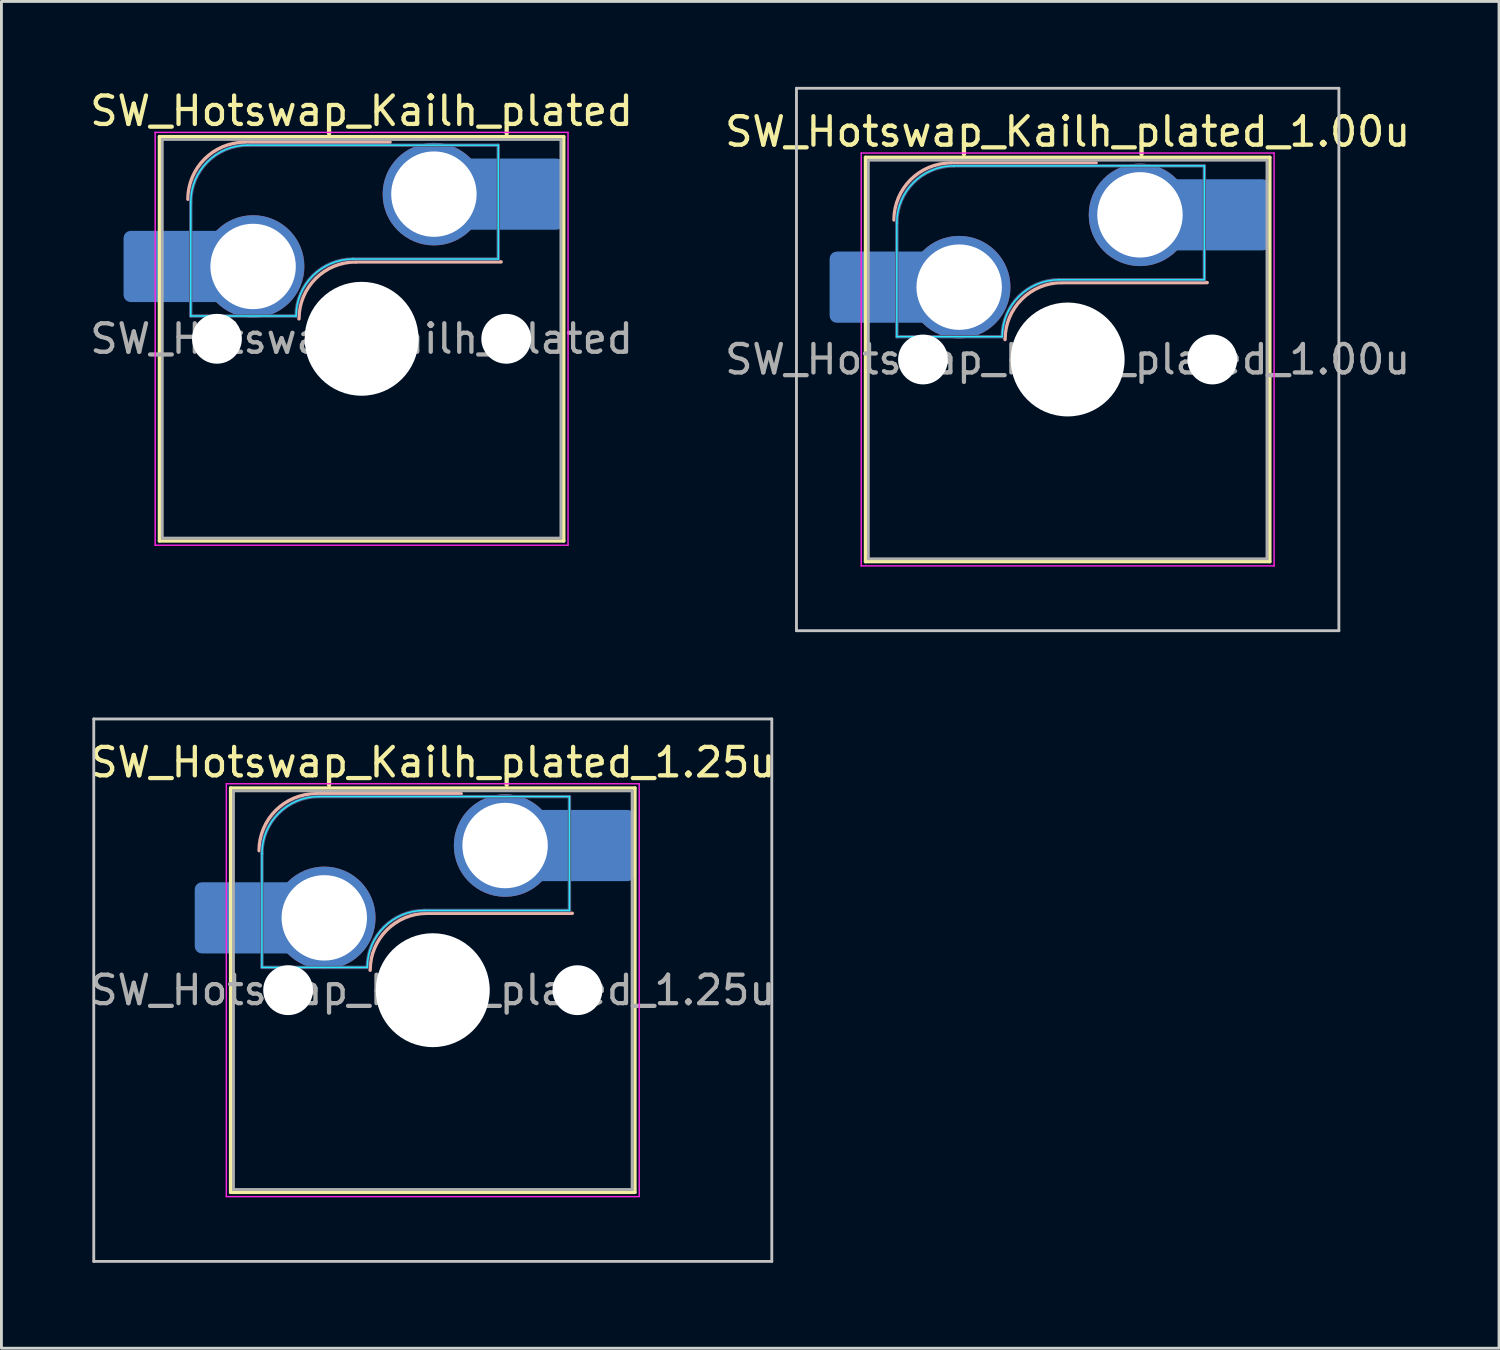
<source format=kicad_pcb>
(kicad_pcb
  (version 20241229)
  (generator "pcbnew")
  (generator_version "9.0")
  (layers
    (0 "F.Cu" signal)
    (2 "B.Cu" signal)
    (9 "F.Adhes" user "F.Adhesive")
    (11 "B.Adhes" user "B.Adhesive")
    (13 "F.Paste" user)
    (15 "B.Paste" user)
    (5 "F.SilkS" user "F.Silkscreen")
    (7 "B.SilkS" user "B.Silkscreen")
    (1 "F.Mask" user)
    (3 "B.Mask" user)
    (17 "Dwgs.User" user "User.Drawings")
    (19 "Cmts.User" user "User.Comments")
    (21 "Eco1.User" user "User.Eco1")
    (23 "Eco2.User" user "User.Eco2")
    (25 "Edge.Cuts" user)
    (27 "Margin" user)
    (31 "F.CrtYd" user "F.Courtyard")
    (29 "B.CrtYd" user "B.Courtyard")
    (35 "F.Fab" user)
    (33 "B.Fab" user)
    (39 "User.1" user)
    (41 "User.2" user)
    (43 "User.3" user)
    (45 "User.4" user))
  (footprint "SW_Hotswap_Kailh_plated"
    (layer "F.Cu")
    (at 9.649 8.848)
    (property "Reference" "SW_Hotswap_Kailh_plated" (at 0 -8 0) (layer "F.SilkS") (effects (font (size 1 1) (thickness 0.15))))
    (attr smd)
    (fp_line (start -7.1 -7.1) (end -7.1 7.1) (stroke (width 0.12) (type solid)) (layer "F.SilkS"))
    (fp_line (start -7.1 7.1) (end 7.1 7.1) (stroke (width 0.12) (type solid)) (layer "F.SilkS"))
    (fp_line (start 7.1 -7.1) (end -7.1 -7.1) (stroke (width 0.12) (type solid)) (layer "F.SilkS"))
    (fp_line (start 7.1 7.1) (end 7.1 -7.1) (stroke (width 0.12) (type solid)) (layer "F.SilkS"))
    (fp_line (start -4.1 -6.9) (end 1 -6.9) (stroke (width 0.12) (type solid)) (layer "B.SilkS"))
    (fp_line (start -0.2 -2.7) (end 4.9 -2.7) (stroke (width 0.12) (type solid)) (layer "B.SilkS"))
    (fp_arc (start -6.1 -4.9) (mid -5.514214 -6.314214) (end -4.1 -6.9) (stroke (width 0.12) (type solid)) (layer "B.SilkS"))
    (fp_arc (start -2.2 -0.7) (mid -1.614214 -2.114214) (end -0.2 -2.7) (stroke (width 0.12) (type solid)) (layer "B.SilkS"))
    (fp_line (start -7.8 -6) (end -7 -6) (stroke (width 0.1) (type solid)) (layer "Eco1.User"))
    (fp_line (start -7.8 -2.9) (end -7.8 -6) (stroke (width 0.1) (type solid)) (layer "Eco1.User"))
    (fp_line (start -7.8 2.9) (end -7 2.9) (stroke (width 0.1) (type solid)) (layer "Eco1.User"))
    (fp_line (start -7.8 6) (end -7.8 2.9) (stroke (width 0.1) (type solid)) (layer "Eco1.User"))
    (fp_line (start -7 -7) (end 7 -7) (stroke (width 0.1) (type solid)) (layer "Eco1.User"))
    (fp_line (start -7 -6) (end -7 -7) (stroke (width 0.1) (type solid)) (layer "Eco1.User"))
    (fp_line (start -7 -2.9) (end -7.8 -2.9) (stroke (width 0.1) (type solid)) (layer "Eco1.User"))
    (fp_line (start -7 2.9) (end -7 -2.9) (stroke (width 0.1) (type solid)) (layer "Eco1.User"))
    (fp_line (start -7 6) (end -7.8 6) (stroke (width 0.1) (type solid)) (layer "Eco1.User"))
    (fp_line (start -7 7) (end -7 6) (stroke (width 0.1) (type solid)) (layer "Eco1.User"))
    (fp_line (start 7 -7) (end 7 -6) (stroke (width 0.1) (type solid)) (layer "Eco1.User"))
    (fp_line (start 7 -6) (end 7.8 -6) (stroke (width 0.1) (type solid)) (layer "Eco1.User"))
    (fp_line (start 7 -2.9) (end 7 2.9) (stroke (width 0.1) (type solid)) (layer "Eco1.User"))
    (fp_line (start 7 2.9) (end 7.8 2.9) (stroke (width 0.1) (type solid)) (layer "Eco1.User"))
    (fp_line (start 7 6) (end 7 7) (stroke (width 0.1) (type solid)) (layer "Eco1.User"))
    (fp_line (start 7 7) (end -7 7) (stroke (width 0.1) (type solid)) (layer "Eco1.User"))
    (fp_line (start 7.8 -6) (end 7.8 -2.9) (stroke (width 0.1) (type solid)) (layer "Eco1.User"))
    (fp_line (start 7.8 -2.9) (end 7 -2.9) (stroke (width 0.1) (type solid)) (layer "Eco1.User"))
    (fp_line (start 7.8 2.9) (end 7.8 6) (stroke (width 0.1) (type solid)) (layer "Eco1.User"))
    (fp_line (start 7.8 6) (end 7 6) (stroke (width 0.1) (type solid)) (layer "Eco1.User"))
    (fp_line (start -6 -0.8) (end -6 -4.8) (stroke (width 0.05) (type solid)) (layer "B.CrtYd"))
    (fp_line (start -6 -0.8) (end -2.3 -0.8) (stroke (width 0.05) (type solid)) (layer "B.CrtYd"))
    (fp_line (start -4 -6.8) (end 4.8 -6.8) (stroke (width 0.05) (type solid)) (layer "B.CrtYd"))
    (fp_line (start -0.3 -2.8) (end 4.8 -2.8) (stroke (width 0.05) (type solid)) (layer "B.CrtYd"))
    (fp_line (start 4.8 -6.8) (end 4.8 -2.8) (stroke (width 0.05) (type solid)) (layer "B.CrtYd"))
    (fp_arc (start -6 -4.8) (mid -5.414214 -6.214214) (end -4 -6.8) (stroke (width 0.05) (type solid)) (layer "B.CrtYd"))
    (fp_arc (start -2.3 -0.8) (mid -1.714214 -2.214214) (end -0.3 -2.8) (stroke (width 0.05) (type solid)) (layer "B.CrtYd"))
    (fp_line (start -7.25 -7.25) (end -7.25 7.25) (stroke (width 0.05) (type solid)) (layer "F.CrtYd"))
    (fp_line (start -7.25 7.25) (end 7.25 7.25) (stroke (width 0.05) (type solid)) (layer "F.CrtYd"))
    (fp_line (start 7.25 -7.25) (end -7.25 -7.25) (stroke (width 0.05) (type solid)) (layer "F.CrtYd"))
    (fp_line (start 7.25 7.25) (end 7.25 -7.25) (stroke (width 0.05) (type solid)) (layer "F.CrtYd"))
    (fp_line (start -6 -0.8) (end -6 -4.8) (stroke (width 0.12) (type solid)) (layer "B.Fab"))
    (fp_line (start -6 -0.8) (end -2.3 -0.8) (stroke (width 0.12) (type solid)) (layer "B.Fab"))
    (fp_line (start -4 -6.8) (end 4.8 -6.8) (stroke (width 0.12) (type solid)) (layer "B.Fab"))
    (fp_line (start -0.3 -2.8) (end 4.8 -2.8) (stroke (width 0.12) (type solid)) (layer "B.Fab"))
    (fp_line (start 4.8 -6.8) (end 4.8 -2.8) (stroke (width 0.12) (type solid)) (layer "B.Fab"))
    (fp_arc (start -6 -4.8) (mid -5.414214 -6.214214) (end -4 -6.8) (stroke (width 0.12) (type solid)) (layer "B.Fab"))
    (fp_arc (start -2.3 -0.8) (mid -1.714214 -2.214214) (end -0.3 -2.8) (stroke (width 0.12) (type solid)) (layer "B.Fab"))
    (fp_line (start -7 -7) (end -7 7) (stroke (width 0.1) (type solid)) (layer "F.Fab"))
    (fp_line (start -7 7) (end 7 7) (stroke (width 0.1) (type solid)) (layer "F.Fab"))
    (fp_line (start 7 -7) (end -7 -7) (stroke (width 0.1) (type solid)) (layer "F.Fab"))
    (fp_line (start 7 7) (end 7 -7) (stroke (width 0.1) (type solid)) (layer "F.Fab"))
    (fp_text user "${REFERENCE}" (at 0 0 0) (layer "F.Fab") (effects (font (size 1 1) (thickness 0.15))))
    (pad "" smd roundrect (at -7.085 -2.54) (size 2.55 2.5) (layers "B.Mask" "B.Paste") (roundrect_rratio 0.1))
    (pad "" np_thru_hole circle (at -5.08 0) (size 1.75 1.75) (drill 1.75) (layers "*.Cu" "*.Mask"))
    (pad "" np_thru_hole circle (at 0 0) (size 4 4) (drill 4) (layers "*.Cu" "*.Mask"))
    (pad "" np_thru_hole circle (at 5.08 0) (size 1.75 1.75) (drill 1.75) (layers "*.Cu" "*.Mask"))
    (pad "" smd roundrect (at 5.842 -5.08) (size 2.55 2.5) (layers "B.Mask" "B.Paste") (roundrect_rratio 0.1))
    (pad "1" smd roundrect (at -6.585 -2.54) (size 3.55 2.5) (layers "B.Cu") (roundrect_rratio 0.1))
    (pad "1" thru_hole circle (at -3.81 -2.54) (size 3.6 3.6) (drill 3) (layers "*.Cu" "B.Mask"))
    (pad "2" thru_hole circle (at 2.54 -5.08) (size 3.6 3.6) (drill 3) (layers "*.Cu" "B.Mask"))
    (pad "2" smd roundrect (at 5.32 -5.08) (size 3.55 2.5) (layers "B.Cu") (roundrect_rratio 0.1)))
  (footprint "SW_Hotswap_Kailh_plated_1.25u"
    (layer "F.Cu")
    (at 12.149 31.725)
    (property "Reference" "SW_Hotswap_Kailh_plated_1.25u" (at 0 -8 0) (layer "F.SilkS") (effects (font (size 1 1) (thickness 0.15))))
    (attr smd)
    (fp_line (start -7.1 -7.1) (end -7.1 7.1) (stroke (width 0.12) (type solid)) (layer "F.SilkS"))
    (fp_line (start -7.1 7.1) (end 7.1 7.1) (stroke (width 0.12) (type solid)) (layer "F.SilkS"))
    (fp_line (start 7.1 -7.1) (end -7.1 -7.1) (stroke (width 0.12) (type solid)) (layer "F.SilkS"))
    (fp_line (start 7.1 7.1) (end 7.1 -7.1) (stroke (width 0.12) (type solid)) (layer "F.SilkS"))
    (fp_line (start -4.1 -6.9) (end 1 -6.9) (stroke (width 0.12) (type solid)) (layer "B.SilkS"))
    (fp_line (start -0.2 -2.7) (end 4.9 -2.7) (stroke (width 0.12) (type solid)) (layer "B.SilkS"))
    (fp_arc (start -6.1 -4.9) (mid -5.514214 -6.314214) (end -4.1 -6.9) (stroke (width 0.12) (type solid)) (layer "B.SilkS"))
    (fp_arc (start -2.2 -0.7) (mid -1.614214 -2.114214) (end -0.2 -2.7) (stroke (width 0.12) (type solid)) (layer "B.SilkS"))
    (fp_line (start -11.906 -9.525) (end -11.906 9.525) (stroke (width 0.1) (type solid)) (layer "Dwgs.User"))
    (fp_line (start -11.906 9.525) (end 11.906 9.525) (stroke (width 0.1) (type solid)) (layer "Dwgs.User"))
    (fp_line (start 11.906 -9.525) (end -11.906 -9.525) (stroke (width 0.1) (type solid)) (layer "Dwgs.User"))
    (fp_line (start 11.906 9.525) (end 11.906 -9.525) (stroke (width 0.1) (type solid)) (layer "Dwgs.User"))
    (fp_line (start -7.8 -6) (end -7 -6) (stroke (width 0.1) (type solid)) (layer "Eco1.User"))
    (fp_line (start -7.8 -2.9) (end -7.8 -6) (stroke (width 0.1) (type solid)) (layer "Eco1.User"))
    (fp_line (start -7.8 2.9) (end -7 2.9) (stroke (width 0.1) (type solid)) (layer "Eco1.User"))
    (fp_line (start -7.8 6) (end -7.8 2.9) (stroke (width 0.1) (type solid)) (layer "Eco1.User"))
    (fp_line (start -7 -7) (end 7 -7) (stroke (width 0.1) (type solid)) (layer "Eco1.User"))
    (fp_line (start -7 -6) (end -7 -7) (stroke (width 0.1) (type solid)) (layer "Eco1.User"))
    (fp_line (start -7 -2.9) (end -7.8 -2.9) (stroke (width 0.1) (type solid)) (layer "Eco1.User"))
    (fp_line (start -7 2.9) (end -7 -2.9) (stroke (width 0.1) (type solid)) (layer "Eco1.User"))
    (fp_line (start -7 6) (end -7.8 6) (stroke (width 0.1) (type solid)) (layer "Eco1.User"))
    (fp_line (start -7 7) (end -7 6) (stroke (width 0.1) (type solid)) (layer "Eco1.User"))
    (fp_line (start 7 -7) (end 7 -6) (stroke (width 0.1) (type solid)) (layer "Eco1.User"))
    (fp_line (start 7 -6) (end 7.8 -6) (stroke (width 0.1) (type solid)) (layer "Eco1.User"))
    (fp_line (start 7 -2.9) (end 7 2.9) (stroke (width 0.1) (type solid)) (layer "Eco1.User"))
    (fp_line (start 7 2.9) (end 7.8 2.9) (stroke (width 0.1) (type solid)) (layer "Eco1.User"))
    (fp_line (start 7 6) (end 7 7) (stroke (width 0.1) (type solid)) (layer "Eco1.User"))
    (fp_line (start 7 7) (end -7 7) (stroke (width 0.1) (type solid)) (layer "Eco1.User"))
    (fp_line (start 7.8 -6) (end 7.8 -2.9) (stroke (width 0.1) (type solid)) (layer "Eco1.User"))
    (fp_line (start 7.8 -2.9) (end 7 -2.9) (stroke (width 0.1) (type solid)) (layer "Eco1.User"))
    (fp_line (start 7.8 2.9) (end 7.8 6) (stroke (width 0.1) (type solid)) (layer "Eco1.User"))
    (fp_line (start 7.8 6) (end 7 6) (stroke (width 0.1) (type solid)) (layer "Eco1.User"))
    (fp_line (start -6 -0.8) (end -6 -4.8) (stroke (width 0.05) (type solid)) (layer "B.CrtYd"))
    (fp_line (start -6 -0.8) (end -2.3 -0.8) (stroke (width 0.05) (type solid)) (layer "B.CrtYd"))
    (fp_line (start -4 -6.8) (end 4.8 -6.8) (stroke (width 0.05) (type solid)) (layer "B.CrtYd"))
    (fp_line (start -0.3 -2.8) (end 4.8 -2.8) (stroke (width 0.05) (type solid)) (layer "B.CrtYd"))
    (fp_line (start 4.8 -6.8) (end 4.8 -2.8) (stroke (width 0.05) (type solid)) (layer "B.CrtYd"))
    (fp_arc (start -6 -4.8) (mid -5.414214 -6.214214) (end -4 -6.8) (stroke (width 0.05) (type solid)) (layer "B.CrtYd"))
    (fp_arc (start -2.3 -0.8) (mid -1.714214 -2.214214) (end -0.3 -2.8) (stroke (width 0.05) (type solid)) (layer "B.CrtYd"))
    (fp_line (start -7.25 -7.25) (end -7.25 7.25) (stroke (width 0.05) (type solid)) (layer "F.CrtYd"))
    (fp_line (start -7.25 7.25) (end 7.25 7.25) (stroke (width 0.05) (type solid)) (layer "F.CrtYd"))
    (fp_line (start 7.25 -7.25) (end -7.25 -7.25) (stroke (width 0.05) (type solid)) (layer "F.CrtYd"))
    (fp_line (start 7.25 7.25) (end 7.25 -7.25) (stroke (width 0.05) (type solid)) (layer "F.CrtYd"))
    (fp_line (start -6 -0.8) (end -6 -4.8) (stroke (width 0.12) (type solid)) (layer "B.Fab"))
    (fp_line (start -6 -0.8) (end -2.3 -0.8) (stroke (width 0.12) (type solid)) (layer "B.Fab"))
    (fp_line (start -4 -6.8) (end 4.8 -6.8) (stroke (width 0.12) (type solid)) (layer "B.Fab"))
    (fp_line (start -0.3 -2.8) (end 4.8 -2.8) (stroke (width 0.12) (type solid)) (layer "B.Fab"))
    (fp_line (start 4.8 -6.8) (end 4.8 -2.8) (stroke (width 0.12) (type solid)) (layer "B.Fab"))
    (fp_arc (start -6 -4.8) (mid -5.414214 -6.214214) (end -4 -6.8) (stroke (width 0.12) (type solid)) (layer "B.Fab"))
    (fp_arc (start -2.3 -0.8) (mid -1.714214 -2.214214) (end -0.3 -2.8) (stroke (width 0.12) (type solid)) (layer "B.Fab"))
    (fp_line (start -7 -7) (end -7 7) (stroke (width 0.1) (type solid)) (layer "F.Fab"))
    (fp_line (start -7 7) (end 7 7) (stroke (width 0.1) (type solid)) (layer "F.Fab"))
    (fp_line (start 7 -7) (end -7 -7) (stroke (width 0.1) (type solid)) (layer "F.Fab"))
    (fp_line (start 7 7) (end 7 -7) (stroke (width 0.1) (type solid)) (layer "F.Fab"))
    (fp_text user "${REFERENCE}" (at 0 0 0) (layer "F.Fab") (effects (font (size 1 1) (thickness 0.15))))
    (pad "" smd roundrect (at -7.085 -2.54) (size 2.55 2.5) (layers "B.Mask" "B.Paste") (roundrect_rratio 0.1))
    (pad "" np_thru_hole circle (at -5.08 0) (size 1.75 1.75) (drill 1.75) (layers "*.Cu" "*.Mask"))
    (pad "" np_thru_hole circle (at 0 0) (size 4 4) (drill 4) (layers "*.Cu" "*.Mask"))
    (pad "" np_thru_hole circle (at 5.08 0) (size 1.75 1.75) (drill 1.75) (layers "*.Cu" "*.Mask"))
    (pad "" smd roundrect (at 5.842 -5.08) (size 2.55 2.5) (layers "B.Mask" "B.Paste") (roundrect_rratio 0.1))
    (pad "1" smd roundrect (at -6.585 -2.54) (size 3.55 2.5) (layers "B.Cu") (roundrect_rratio 0.1))
    (pad "1" thru_hole circle (at -3.81 -2.54) (size 3.6 3.6) (drill 3) (layers "*.Cu" "B.Mask"))
    (pad "2" thru_hole circle (at 2.54 -5.08) (size 3.6 3.6) (drill 3) (layers "*.Cu" "B.Mask"))
    (pad "2" smd roundrect (at 5.32 -5.08) (size 3.55 2.5) (layers "B.Cu") (roundrect_rratio 0.1)))
  (footprint "SW_Hotswap_Kailh_plated_1.00u"
    (layer "F.Cu")
    (at 34.446 9.575)
    (property "Reference" "SW_Hotswap_Kailh_plated_1.00u" (at 0 -8 0) (layer "F.SilkS") (effects (font (size 1 1) (thickness 0.15))))
    (attr smd)
    (fp_line (start -7.1 -7.1) (end -7.1 7.1) (stroke (width 0.12) (type solid)) (layer "F.SilkS"))
    (fp_line (start -7.1 7.1) (end 7.1 7.1) (stroke (width 0.12) (type solid)) (layer "F.SilkS"))
    (fp_line (start 7.1 -7.1) (end -7.1 -7.1) (stroke (width 0.12) (type solid)) (layer "F.SilkS"))
    (fp_line (start 7.1 7.1) (end 7.1 -7.1) (stroke (width 0.12) (type solid)) (layer "F.SilkS"))
    (fp_line (start -4.1 -6.9) (end 1 -6.9) (stroke (width 0.12) (type solid)) (layer "B.SilkS"))
    (fp_line (start -0.2 -2.7) (end 4.9 -2.7) (stroke (width 0.12) (type solid)) (layer "B.SilkS"))
    (fp_arc (start -6.1 -4.9) (mid -5.514214 -6.314214) (end -4.1 -6.9) (stroke (width 0.12) (type solid)) (layer "B.SilkS"))
    (fp_arc (start -2.2 -0.7) (mid -1.614214 -2.114214) (end -0.2 -2.7) (stroke (width 0.12) (type solid)) (layer "B.SilkS"))
    (fp_line (start -9.525 -9.525) (end -9.525 9.525) (stroke (width 0.1) (type solid)) (layer "Dwgs.User"))
    (fp_line (start -9.525 9.525) (end 9.525 9.525) (stroke (width 0.1) (type solid)) (layer "Dwgs.User"))
    (fp_line (start 9.525 -9.525) (end -9.525 -9.525) (stroke (width 0.1) (type solid)) (layer "Dwgs.User"))
    (fp_line (start 9.525 9.525) (end 9.525 -9.525) (stroke (width 0.1) (type solid)) (layer "Dwgs.User"))
    (fp_line (start -7.8 -6) (end -7 -6) (stroke (width 0.1) (type solid)) (layer "Eco1.User"))
    (fp_line (start -7.8 -2.9) (end -7.8 -6) (stroke (width 0.1) (type solid)) (layer "Eco1.User"))
    (fp_line (start -7.8 2.9) (end -7 2.9) (stroke (width 0.1) (type solid)) (layer "Eco1.User"))
    (fp_line (start -7.8 6) (end -7.8 2.9) (stroke (width 0.1) (type solid)) (layer "Eco1.User"))
    (fp_line (start -7 -7) (end 7 -7) (stroke (width 0.1) (type solid)) (layer "Eco1.User"))
    (fp_line (start -7 -6) (end -7 -7) (stroke (width 0.1) (type solid)) (layer "Eco1.User"))
    (fp_line (start -7 -2.9) (end -7.8 -2.9) (stroke (width 0.1) (type solid)) (layer "Eco1.User"))
    (fp_line (start -7 2.9) (end -7 -2.9) (stroke (width 0.1) (type solid)) (layer "Eco1.User"))
    (fp_line (start -7 6) (end -7.8 6) (stroke (width 0.1) (type solid)) (layer "Eco1.User"))
    (fp_line (start -7 7) (end -7 6) (stroke (width 0.1) (type solid)) (layer "Eco1.User"))
    (fp_line (start 7 -7) (end 7 -6) (stroke (width 0.1) (type solid)) (layer "Eco1.User"))
    (fp_line (start 7 -6) (end 7.8 -6) (stroke (width 0.1) (type solid)) (layer "Eco1.User"))
    (fp_line (start 7 -2.9) (end 7 2.9) (stroke (width 0.1) (type solid)) (layer "Eco1.User"))
    (fp_line (start 7 2.9) (end 7.8 2.9) (stroke (width 0.1) (type solid)) (layer "Eco1.User"))
    (fp_line (start 7 6) (end 7 7) (stroke (width 0.1) (type solid)) (layer "Eco1.User"))
    (fp_line (start 7 7) (end -7 7) (stroke (width 0.1) (type solid)) (layer "Eco1.User"))
    (fp_line (start 7.8 -6) (end 7.8 -2.9) (stroke (width 0.1) (type solid)) (layer "Eco1.User"))
    (fp_line (start 7.8 -2.9) (end 7 -2.9) (stroke (width 0.1) (type solid)) (layer "Eco1.User"))
    (fp_line (start 7.8 2.9) (end 7.8 6) (stroke (width 0.1) (type solid)) (layer "Eco1.User"))
    (fp_line (start 7.8 6) (end 7 6) (stroke (width 0.1) (type solid)) (layer "Eco1.User"))
    (fp_line (start -6 -0.8) (end -6 -4.8) (stroke (width 0.05) (type solid)) (layer "B.CrtYd"))
    (fp_line (start -6 -0.8) (end -2.3 -0.8) (stroke (width 0.05) (type solid)) (layer "B.CrtYd"))
    (fp_line (start -4 -6.8) (end 4.8 -6.8) (stroke (width 0.05) (type solid)) (layer "B.CrtYd"))
    (fp_line (start -0.3 -2.8) (end 4.8 -2.8) (stroke (width 0.05) (type solid)) (layer "B.CrtYd"))
    (fp_line (start 4.8 -6.8) (end 4.8 -2.8) (stroke (width 0.05) (type solid)) (layer "B.CrtYd"))
    (fp_arc (start -6 -4.8) (mid -5.414214 -6.214214) (end -4 -6.8) (stroke (width 0.05) (type solid)) (layer "B.CrtYd"))
    (fp_arc (start -2.3 -0.8) (mid -1.714214 -2.214214) (end -0.3 -2.8) (stroke (width 0.05) (type solid)) (layer "B.CrtYd"))
    (fp_line (start -7.25 -7.25) (end -7.25 7.25) (stroke (width 0.05) (type solid)) (layer "F.CrtYd"))
    (fp_line (start -7.25 7.25) (end 7.25 7.25) (stroke (width 0.05) (type solid)) (layer "F.CrtYd"))
    (fp_line (start 7.25 -7.25) (end -7.25 -7.25) (stroke (width 0.05) (type solid)) (layer "F.CrtYd"))
    (fp_line (start 7.25 7.25) (end 7.25 -7.25) (stroke (width 0.05) (type solid)) (layer "F.CrtYd"))
    (fp_line (start -6 -0.8) (end -6 -4.8) (stroke (width 0.12) (type solid)) (layer "B.Fab"))
    (fp_line (start -6 -0.8) (end -2.3 -0.8) (stroke (width 0.12) (type solid)) (layer "B.Fab"))
    (fp_line (start -4 -6.8) (end 4.8 -6.8) (stroke (width 0.12) (type solid)) (layer "B.Fab"))
    (fp_line (start -0.3 -2.8) (end 4.8 -2.8) (stroke (width 0.12) (type solid)) (layer "B.Fab"))
    (fp_line (start 4.8 -6.8) (end 4.8 -2.8) (stroke (width 0.12) (type solid)) (layer "B.Fab"))
    (fp_arc (start -6 -4.8) (mid -5.414214 -6.214214) (end -4 -6.8) (stroke (width 0.12) (type solid)) (layer "B.Fab"))
    (fp_arc (start -2.3 -0.8) (mid -1.714214 -2.214214) (end -0.3 -2.8) (stroke (width 0.12) (type solid)) (layer "B.Fab"))
    (fp_line (start -7 -7) (end -7 7) (stroke (width 0.1) (type solid)) (layer "F.Fab"))
    (fp_line (start -7 7) (end 7 7) (stroke (width 0.1) (type solid)) (layer "F.Fab"))
    (fp_line (start 7 -7) (end -7 -7) (stroke (width 0.1) (type solid)) (layer "F.Fab"))
    (fp_line (start 7 7) (end 7 -7) (stroke (width 0.1) (type solid)) (layer "F.Fab"))
    (fp_text user "${REFERENCE}" (at 0 0 0) (layer "F.Fab") (effects (font (size 1 1) (thickness 0.15))))
    (pad "" smd roundrect (at -7.085 -2.54) (size 2.55 2.5) (layers "B.Mask" "B.Paste") (roundrect_rratio 0.1))
    (pad "" np_thru_hole circle (at -5.08 0) (size 1.75 1.75) (drill 1.75) (layers "*.Cu" "*.Mask"))
    (pad "" np_thru_hole circle (at 0 0) (size 4 4) (drill 4) (layers "*.Cu" "*.Mask"))
    (pad "" np_thru_hole circle (at 5.08 0) (size 1.75 1.75) (drill 1.75) (layers "*.Cu" "*.Mask"))
    (pad "" smd roundrect (at 5.842 -5.08) (size 2.55 2.5) (layers "B.Mask" "B.Paste") (roundrect_rratio 0.1))
    (pad "1" smd roundrect (at -6.585 -2.54) (size 3.55 2.5) (layers "B.Cu") (roundrect_rratio 0.1))
    (pad "1" thru_hole circle (at -3.81 -2.54) (size 3.6 3.6) (drill 3) (layers "*.Cu" "B.Mask"))
    (pad "2" thru_hole circle (at 2.54 -5.08) (size 3.6 3.6) (drill 3) (layers "*.Cu" "B.Mask"))
    (pad "2" smd roundrect (at 5.32 -5.08) (size 3.55 2.5) (layers "B.Cu") (roundrect_rratio 0.1)))
  (gr_rect
    (start -3 -3)
    (end 49.595 44.3)
    (stroke (width 0.1) (type default))
    (fill no)
    (layer "Edge.Cuts")))
</source>
